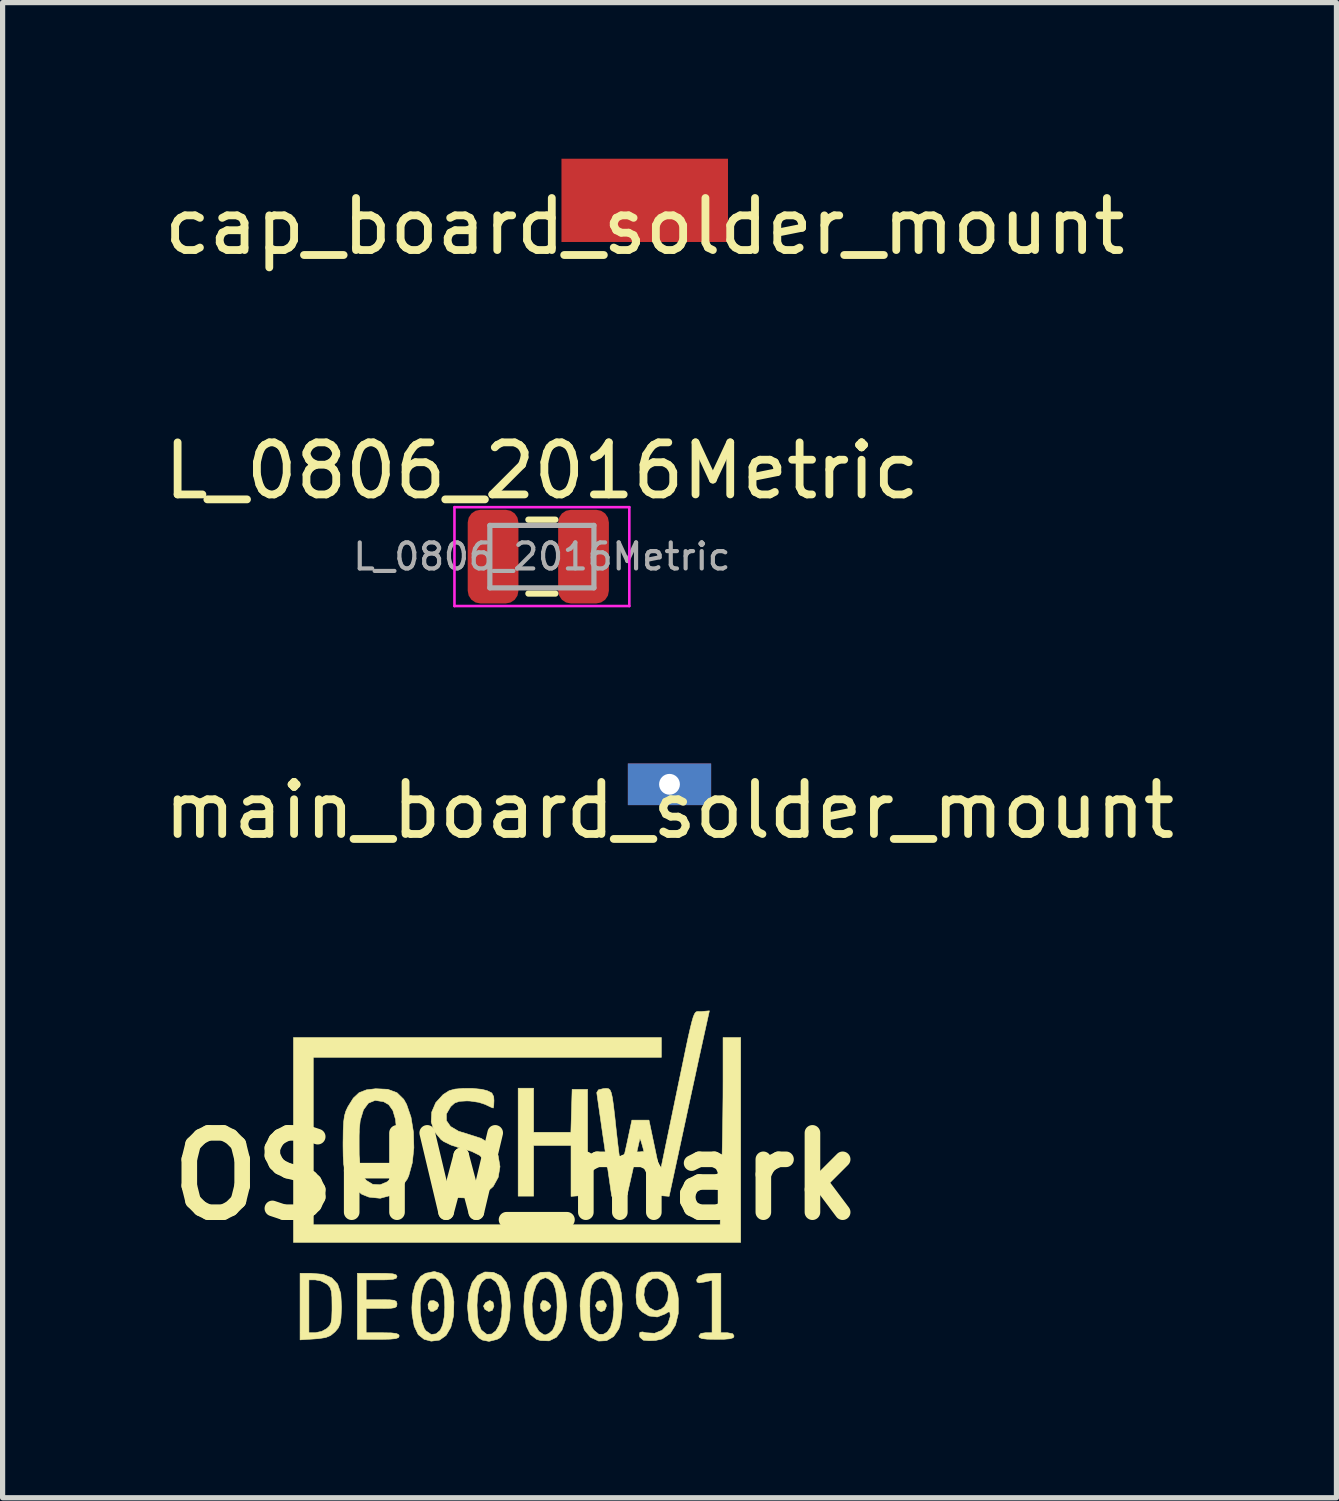
<source format=kicad_pcb>
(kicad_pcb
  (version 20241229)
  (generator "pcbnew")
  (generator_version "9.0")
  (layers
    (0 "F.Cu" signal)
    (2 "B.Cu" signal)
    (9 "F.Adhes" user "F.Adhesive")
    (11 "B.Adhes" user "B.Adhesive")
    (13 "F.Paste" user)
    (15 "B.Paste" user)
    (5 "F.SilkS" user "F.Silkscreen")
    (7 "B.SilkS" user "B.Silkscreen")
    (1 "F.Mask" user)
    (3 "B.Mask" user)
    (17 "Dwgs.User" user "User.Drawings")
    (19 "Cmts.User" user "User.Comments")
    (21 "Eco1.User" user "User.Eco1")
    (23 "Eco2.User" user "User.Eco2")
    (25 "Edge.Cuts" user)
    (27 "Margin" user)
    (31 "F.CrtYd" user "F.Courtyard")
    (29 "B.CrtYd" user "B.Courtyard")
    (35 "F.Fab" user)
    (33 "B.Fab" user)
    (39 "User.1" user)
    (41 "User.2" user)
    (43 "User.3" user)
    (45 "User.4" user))
  (footprint "cap_board_solder_mount"
    (layer "F.Cu")
    (at 9.339 0.8)
    (property "Reference" "cap_board_solder_mount" (at 0 0.5 0) (layer "F.SilkS") (effects (font (size 1 1) (thickness 0.15))))
    (attr through_hole)
    (pad "1" smd rect (at 0 0) (size 3.2 1.6) (layers "F.Cu" "F.Mask")))
  (footprint "OSHW_mark"
    (layer "F.Cu")
    (at 6.865 19.554)
    (property "Reference" "OSHW_mark" (at 0 0 0) (layer "F.SilkS") (effects (font (size 1.524 1.524) (thickness 0.3))))
    (attr through_hole)
    (fp_poly (pts (xy -0.442 2.419) (xy -0.423 2.496) (xy -0.454 2.575) (xy -0.523 2.599) (xy -0.597 2.557) (xy -0.625 2.494) (xy -0.585 2.429) (xy -0.583 2.427) (xy -0.502 2.385) (xy -0.442 2.419)) (stroke (width 0.01) (type solid)) (fill yes) (layer "F.SilkS"))
    (fp_poly (pts (xy 1.732 2.455) (xy 1.736 2.496) (xy 1.705 2.574) (xy 1.636 2.601) (xy 1.571 2.571) (xy 1.526 2.487) (xy 1.556 2.417) (xy 1.591 2.396) (xy 1.684 2.39) (xy 1.732 2.455)) (stroke (width 0.01) (type solid)) (fill yes) (layer "F.SilkS"))
    (fp_poly (pts (xy -1.509 2.424) (xy -1.482 2.476) (xy -1.516 2.552) (xy -1.591 2.596) (xy -1.64 2.594) (xy -1.684 2.542) (xy -1.69 2.459) (xy -1.658 2.396) (xy -1.655 2.394) (xy -1.581 2.387) (xy -1.509 2.424)) (stroke (width 0.01) (type solid)) (fill yes) (layer "F.SilkS"))
    (fp_poly (pts (xy 0.574 2.393) (xy 0.627 2.429) (xy 0.672 2.489) (xy 0.652 2.538) (xy 0.633 2.556) (xy 0.559 2.596) (xy 0.519 2.595) (xy 0.474 2.541) (xy 0.47 2.458) (xy 0.508 2.392) (xy 0.512 2.389) (xy 0.574 2.393)) (stroke (width 0.01) (type solid)) (fill yes) (layer "F.SilkS"))
    (fp_poly (pts (xy 0.339 -0.847) (xy 1.055 -0.847) (xy 1.079 -1.672) (xy 1.376 -1.672) (xy 1.376 0.36) (xy 1.217 0.373) (xy 1.058 0.386) (xy 1.058 -0.593) (xy 0.339 -0.593) (xy 0.339 0.381) (xy 0.042 0.381) (xy 0.042 -1.693) (xy 0.339 -1.693) (xy 0.339 -0.847)) (stroke (width 0.01) (type solid)) (fill yes) (layer "F.SilkS"))
    (fp_poly (pts (xy 2.794 -2.286) (xy -3.895 -2.286) (xy -3.895 0.931) (xy 3.923 0.931) (xy 3.951 -0.028) (xy 3.96 -0.376) (xy 3.968 -0.762) (xy 3.974 -1.154) (xy 3.978 -1.523) (xy 3.979 -1.827) (xy 3.979 -2.667) (xy 4.318 -2.667) (xy 4.318 1.27) (xy -4.276 1.27) (xy -4.276 -2.667) (xy 2.794 -2.667) (xy 2.794 -2.286)) (stroke (width 0.01) (type solid)) (fill yes) (layer "F.SilkS"))
    (fp_poly (pts (xy 3.937 3.006) (xy 4.064 3.006) (xy 4.165 3.025) (xy 4.191 3.069) (xy 4.175 3.102) (xy 4.117 3.121) (xy 4.002 3.131) (xy 3.852 3.133) (xy 3.679 3.13) (xy 3.574 3.119) (xy 3.524 3.097) (xy 3.514 3.069) (xy 3.552 3.019) (xy 3.641 3.006) (xy 3.768 3.006) (xy 3.768 1.999) (xy 3.619 2.032) (xy 3.52 2.048) (xy 3.479 2.031) (xy 3.471 1.99) (xy 3.511 1.919) (xy 3.628 1.876) (xy 3.799 1.863) (xy 3.937 1.863) (xy 3.937 3.006)) (stroke (width 0.01) (type solid)) (fill yes) (layer "F.SilkS"))
    (fp_poly (pts (xy -2.481 1.865) (xy -2.365 1.874) (xy -2.305 1.892) (xy -2.286 1.922) (xy -2.286 1.926) (xy -2.303 1.961) (xy -2.366 1.98) (xy -2.49 1.989) (xy -2.582 1.99) (xy -2.879 1.99) (xy -2.879 2.371) (xy -2.582 2.371) (xy -2.427 2.373) (xy -2.337 2.383) (xy -2.297 2.407) (xy -2.286 2.449) (xy -2.286 2.455) (xy -2.294 2.5) (xy -2.33 2.525) (xy -2.412 2.537) (xy -2.559 2.54) (xy -2.582 2.54) (xy -2.879 2.54) (xy -2.879 3.006) (xy -2.561 3.006) (xy -2.394 3.009) (xy -2.295 3.021) (xy -2.251 3.045) (xy -2.244 3.069) (xy -2.258 3.099) (xy -2.311 3.119) (xy -2.416 3.129) (xy -2.588 3.133) (xy -2.646 3.133) (xy -3.048 3.133) (xy -3.048 1.863) (xy -2.667 1.863) (xy -2.481 1.865)) (stroke (width 0.01) (type solid)) (fill yes) (layer "F.SilkS"))
    (fp_poly (pts (xy -3.708 1.883) (xy -3.539 1.951) (xy -3.427 2.071) (xy -3.367 2.252) (xy -3.352 2.5) (xy -3.353 2.55) (xy -3.363 2.723) (xy -3.381 2.836) (xy -3.415 2.914) (xy -3.471 2.982) (xy -3.481 2.992) (xy -3.562 3.059) (xy -3.655 3.098) (xy -3.791 3.119) (xy -3.872 3.125) (xy -4.149 3.143) (xy -4.149 1.99) (xy -3.979 1.99) (xy -3.979 3.006) (xy -3.857 3.006) (xy -3.732 2.979) (xy -3.635 2.925) (xy -3.585 2.876) (xy -3.555 2.816) (xy -3.54 2.722) (xy -3.535 2.574) (xy -3.535 2.498) (xy -3.537 2.323) (xy -3.548 2.211) (xy -3.571 2.14) (xy -3.613 2.089) (xy -3.635 2.071) (xy -3.75 2.01) (xy -3.857 1.99) (xy -3.979 1.99) (xy -4.149 1.99) (xy -4.149 1.863) (xy -3.94 1.863) (xy -3.708 1.883)) (stroke (width 0.01) (type solid)) (fill yes) (layer "F.SilkS"))
    (fp_poly (pts (xy -1.423 1.872) (xy -1.309 1.986) (xy -1.231 2.167) (xy -1.193 2.409) (xy -1.193 2.41) (xy -1.2 2.683) (xy -1.251 2.9) (xy -1.343 3.057) (xy -1.47 3.148) (xy -1.629 3.168) (xy -1.765 3.132) (xy -1.879 3.041) (xy -1.956 2.878) (xy -1.996 2.648) (xy -2.001 2.522) (xy -1.995 2.43) (xy -1.841 2.43) (xy -1.838 2.622) (xy -1.811 2.797) (xy -1.759 2.931) (xy -1.729 2.97) (xy -1.629 3.039) (xy -1.536 3.027) (xy -1.456 2.959) (xy -1.409 2.859) (xy -1.379 2.703) (xy -1.368 2.518) (xy -1.375 2.329) (xy -1.401 2.165) (xy -1.445 2.051) (xy -1.456 2.036) (xy -1.549 1.961) (xy -1.637 1.96) (xy -1.71 2.003) (xy -1.777 2.096) (xy -1.821 2.247) (xy -1.841 2.43) (xy -1.995 2.43) (xy -1.983 2.253) (xy -1.927 2.054) (xy -1.831 1.921) (xy -1.737 1.863) (xy -1.568 1.829) (xy -1.423 1.872)) (stroke (width 0.01) (type solid)) (fill yes) (layer "F.SilkS"))
    (fp_poly (pts (xy -0.433 1.845) (xy -0.286 1.914) (xy -0.185 2.039) (xy -0.127 2.226) (xy -0.108 2.483) (xy -0.108 2.498) (xy -0.13 2.771) (xy -0.193 2.97) (xy -0.296 3.097) (xy -0.365 3.134) (xy -0.518 3.172) (xy -0.644 3.147) (xy -0.715 3.106) (xy -0.832 2.974) (xy -0.905 2.774) (xy -0.931 2.514) (xy -0.931 2.498) (xy -0.93 2.478) (xy -0.749 2.478) (xy -0.741 2.666) (xy -0.716 2.83) (xy -0.672 2.944) (xy -0.66 2.959) (xy -0.562 3.036) (xy -0.468 3.031) (xy -0.387 2.969) (xy -0.319 2.852) (xy -0.278 2.681) (xy -0.266 2.486) (xy -0.282 2.291) (xy -0.325 2.126) (xy -0.387 2.026) (xy -0.487 1.957) (xy -0.58 1.968) (xy -0.66 2.036) (xy -0.708 2.136) (xy -0.738 2.292) (xy -0.749 2.478) (xy -0.93 2.478) (xy -0.908 2.24) (xy -0.842 2.04) (xy -0.737 1.905) (xy -0.598 1.838) (xy -0.433 1.845)) (stroke (width 0.01) (type solid)) (fill yes) (layer "F.SilkS"))
    (fp_poly (pts (xy 0.783 1.907) (xy 0.887 2.045) (xy 0.952 2.247) (xy 0.974 2.498) (xy 0.95 2.756) (xy 0.883 2.956) (xy 0.777 3.093) (xy 0.637 3.162) (xy 0.468 3.156) (xy 0.394 3.132) (xy 0.277 3.04) (xy 0.197 2.874) (xy 0.156 2.638) (xy 0.151 2.498) (xy 0.154 2.447) (xy 0.308 2.447) (xy 0.316 2.663) (xy 0.321 2.694) (xy 0.366 2.857) (xy 0.441 2.98) (xy 0.533 3.043) (xy 0.565 3.048) (xy 0.633 3.019) (xy 0.703 2.959) (xy 0.75 2.859) (xy 0.78 2.703) (xy 0.791 2.518) (xy 0.784 2.329) (xy 0.758 2.165) (xy 0.714 2.051) (xy 0.703 2.036) (xy 0.625 1.971) (xy 0.565 1.947) (xy 0.467 1.986) (xy 0.388 2.093) (xy 0.333 2.252) (xy 0.308 2.447) (xy 0.154 2.447) (xy 0.168 2.237) (xy 0.224 2.046) (xy 0.323 1.919) (xy 0.467 1.847) (xy 0.475 1.845) (xy 0.644 1.839) (xy 0.783 1.907)) (stroke (width 0.01) (type solid)) (fill yes) (layer "F.SilkS"))
    (fp_poly (pts (xy 1.831 1.891) (xy 1.946 2.007) (xy 1.979 2.071) (xy 2.023 2.24) (xy 2.041 2.454) (xy 2.032 2.675) (xy 1.998 2.868) (xy 1.976 2.932) (xy 1.877 3.078) (xy 1.742 3.158) (xy 1.589 3.166) (xy 1.436 3.097) (xy 1.427 3.09) (xy 1.314 2.952) (xy 1.249 2.753) (xy 1.233 2.498) (xy 1.418 2.498) (xy 1.421 2.689) (xy 1.434 2.816) (xy 1.458 2.899) (xy 1.499 2.959) (xy 1.591 3.035) (xy 1.679 3.035) (xy 1.753 2.993) (xy 1.818 2.901) (xy 1.862 2.749) (xy 1.882 2.561) (xy 1.874 2.36) (xy 1.863 2.287) (xy 1.81 2.102) (xy 1.736 1.989) (xy 1.645 1.951) (xy 1.544 1.994) (xy 1.499 2.036) (xy 1.458 2.096) (xy 1.434 2.18) (xy 1.421 2.307) (xy 1.418 2.498) (xy 1.233 2.498) (xy 1.232 2.488) (xy 1.235 2.41) (xy 1.271 2.164) (xy 1.348 1.988) (xy 1.47 1.875) (xy 1.535 1.845) (xy 1.686 1.833) (xy 1.831 1.891)) (stroke (width 0.01) (type solid)) (fill yes) (layer "F.SilkS"))
    (fp_poly (pts (xy 2.938 1.911) (xy 3.045 2.054) (xy 3.109 2.268) (xy 3.12 2.359) (xy 3.119 2.635) (xy 3.065 2.859) (xy 2.961 3.024) (xy 2.81 3.125) (xy 2.682 3.154) (xy 2.555 3.159) (xy 2.456 3.15) (xy 2.445 3.148) (xy 2.382 3.093) (xy 2.371 3.048) (xy 2.382 2.997) (xy 2.433 2.99) (xy 2.501 3.006) (xy 2.664 3.016) (xy 2.809 2.958) (xy 2.915 2.848) (xy 2.963 2.699) (xy 2.963 2.676) (xy 2.958 2.609) (xy 2.925 2.607) (xy 2.869 2.643) (xy 2.716 2.703) (xy 2.555 2.684) (xy 2.426 2.607) (xy 2.355 2.534) (xy 2.32 2.453) (xy 2.308 2.332) (xy 2.307 2.283) (xy 2.458 2.283) (xy 2.491 2.417) (xy 2.563 2.523) (xy 2.667 2.579) (xy 2.703 2.582) (xy 2.79 2.553) (xy 2.855 2.5) (xy 2.917 2.38) (xy 2.929 2.234) (xy 2.893 2.097) (xy 2.836 2.023) (xy 2.722 1.957) (xy 2.624 1.967) (xy 2.54 2.032) (xy 2.472 2.147) (xy 2.458 2.283) (xy 2.307 2.283) (xy 2.307 2.273) (xy 2.329 2.073) (xy 2.4 1.938) (xy 2.525 1.859) (xy 2.599 1.84) (xy 2.788 1.838) (xy 2.938 1.911)) (stroke (width 0.01) (type solid)) (fill yes) (layer "F.SilkS"))
    (fp_poly (pts (xy -2.463 -1.672) (xy -2.287 -1.607) (xy -2.157 -1.48) (xy -2.102 -1.383) (xy -2.017 -1.136) (xy -1.97 -0.848) (xy -1.962 -0.547) (xy -1.992 -0.26) (xy -2.06 -0.012) (xy -2.088 0.051) (xy -2.226 0.242) (xy -2.405 0.367) (xy -2.609 0.422) (xy -2.825 0.4) (xy -2.964 0.344) (xy -3.107 0.225) (xy -3.217 0.059) (xy -3.263 -0.037) (xy -3.293 -0.129) (xy -3.311 -0.237) (xy -3.32 -0.383) (xy -3.323 -0.586) (xy -3.323 -0.655) (xy -3.322 -0.699) (xy -3.023 -0.699) (xy -3.019 -0.423) (xy -3 -0.216) (xy -2.962 -0.065) (xy -2.903 0.045) (xy -2.874 0.08) (xy -2.753 0.154) (xy -2.611 0.162) (xy -2.474 0.105) (xy -2.397 0.029) (xy -2.356 -0.038) (xy -2.328 -0.123) (xy -2.31 -0.245) (xy -2.298 -0.421) (xy -2.292 -0.555) (xy -2.292 -0.863) (xy -2.316 -1.097) (xy -2.366 -1.266) (xy -2.445 -1.377) (xy -2.544 -1.434) (xy -2.707 -1.459) (xy -2.835 -1.407) (xy -2.931 -1.277) (xy -2.993 -1.071) (xy -3.021 -0.787) (xy -3.023 -0.699) (xy -3.322 -0.699) (xy -3.32 -0.883) (xy -3.312 -1.045) (xy -3.296 -1.162) (xy -3.269 -1.254) (xy -3.232 -1.333) (xy -3.126 -1.503) (xy -3.015 -1.607) (xy -2.873 -1.662) (xy -2.696 -1.683) (xy -2.463 -1.672)) (stroke (width 0.01) (type solid)) (fill yes) (layer "F.SilkS"))
    (fp_poly (pts (xy -0.829 -1.689) (xy -0.66 -1.672) (xy -0.557 -1.647) (xy -0.464 -1.601) (xy -0.428 -1.531) (xy -0.423 -1.456) (xy -0.427 -1.36) (xy -0.436 -1.313) (xy -0.438 -1.312) (xy -0.482 -1.329) (xy -0.57 -1.371) (xy -0.59 -1.381) (xy -0.716 -1.422) (xy -0.876 -1.446) (xy -0.943 -1.449) (xy -1.085 -1.441) (xy -1.176 -1.41) (xy -1.251 -1.343) (xy -1.257 -1.336) (xy -1.337 -1.198) (xy -1.336 -1.07) (xy -1.258 -0.958) (xy -1.105 -0.867) (xy -0.923 -0.811) (xy -0.666 -0.728) (xy -0.482 -0.61) (xy -0.365 -0.453) (xy -0.343 -0.399) (xy -0.307 -0.186) (xy -0.341 0.018) (xy -0.437 0.194) (xy -0.585 0.325) (xy -0.712 0.38) (xy -0.957 0.416) (xy -1.226 0.406) (xy -1.418 0.366) (xy -1.527 0.325) (xy -1.579 0.272) (xy -1.599 0.177) (xy -1.601 0.158) (xy -1.605 0.056) (xy -1.598 0.003) (xy -1.595 0) (xy -1.548 0.016) (xy -1.452 0.057) (xy -1.391 0.084) (xy -1.179 0.153) (xy -0.975 0.169) (xy -0.802 0.133) (xy -0.697 0.065) (xy -0.609 -0.078) (xy -0.599 -0.243) (xy -0.619 -0.316) (xy -0.695 -0.401) (xy -0.854 -0.48) (xy -1.093 -0.549) (xy -1.247 -0.6) (xy -1.387 -0.668) (xy -1.439 -0.705) (xy -1.57 -0.863) (xy -1.629 -1.045) (xy -1.619 -1.235) (xy -1.542 -1.415) (xy -1.401 -1.57) (xy -1.283 -1.646) (xy -1.173 -1.676) (xy -1.011 -1.69) (xy -0.829 -1.689)) (stroke (width 0.01) (type solid)) (fill yes) (layer "F.SilkS"))
    (fp_poly (pts (xy 3.639 -2.828) (xy 3.611 -2.701) (xy 3.568 -2.505) (xy 3.512 -2.251) (xy 3.448 -1.953) (xy 3.376 -1.623) (xy 3.301 -1.274) (xy 3.252 -1.046) (xy 2.943 0.385) (xy 2.647 0.36) (xy 2.52 -0.212) (xy 2.474 -0.412) (xy 2.434 -0.572) (xy 2.402 -0.68) (xy 2.383 -0.723) (xy 2.38 -0.72) (xy 2.365 -0.655) (xy 2.336 -0.527) (xy 2.297 -0.353) (xy 2.251 -0.152) (xy 2.251 -0.148) (xy 2.136 0.36) (xy 1.988 0.372) (xy 1.84 0.385) (xy 1.7 -0.58) (xy 1.659 -0.859) (xy 1.623 -1.112) (xy 1.592 -1.326) (xy 1.569 -1.488) (xy 1.555 -1.587) (xy 1.552 -1.609) (xy 1.585 -1.662) (xy 1.679 -1.685) (xy 1.733 -1.69) (xy 1.775 -1.685) (xy 1.806 -1.661) (xy 1.831 -1.606) (xy 1.853 -1.509) (xy 1.874 -1.36) (xy 1.899 -1.149) (xy 1.929 -0.865) (xy 1.93 -0.858) (xy 1.956 -0.629) (xy 1.98 -0.435) (xy 2.001 -0.289) (xy 2.016 -0.204) (xy 2.023 -0.188) (xy 2.038 -0.234) (xy 2.067 -0.346) (xy 2.103 -0.504) (xy 2.134 -0.643) (xy 2.227 -1.079) (xy 2.556 -1.079) (xy 2.662 -0.574) (xy 2.768 -0.069) (xy 3.035 -1.357) (xy 3.125 -1.792) (xy 3.2 -2.151) (xy 3.26 -2.442) (xy 3.309 -2.672) (xy 3.349 -2.847) (xy 3.381 -2.976) (xy 3.407 -3.065) (xy 3.431 -3.122) (xy 3.453 -3.153) (xy 3.477 -3.166) (xy 3.504 -3.168) (xy 3.536 -3.166) (xy 3.565 -3.167) (xy 3.717 -3.18) (xy 3.639 -2.828)) (stroke (width 0.01) (type solid)) (fill yes) (layer "F.SilkS")))
  (footprint "L_0806_2016Metric"
    (layer "F.Cu")
    (at 7.363 7.646)
    (property "Reference" "L_0806_2016Metric" (at 0 -1.65 0) (layer "F.SilkS") (effects (font (size 1 1) (thickness 0.15))))
    (attr smd)
    (fp_line (start -0.259 -0.71) (end 0.259 -0.71) (stroke (width 0.12) (type solid)) (layer "F.SilkS"))
    (fp_line (start -0.259 0.71) (end 0.259 0.71) (stroke (width 0.12) (type solid)) (layer "F.SilkS"))
    (fp_line (start -1.68 -0.95) (end 1.68 -0.95) (stroke (width 0.05) (type solid)) (layer "F.CrtYd"))
    (fp_line (start -1.68 0.95) (end -1.68 -0.95) (stroke (width 0.05) (type solid)) (layer "F.CrtYd"))
    (fp_line (start 1.68 -0.95) (end 1.68 0.95) (stroke (width 0.05) (type solid)) (layer "F.CrtYd"))
    (fp_line (start 1.68 0.95) (end -1.68 0.95) (stroke (width 0.05) (type solid)) (layer "F.CrtYd"))
    (fp_line (start -1 -0.6) (end 1 -0.6) (stroke (width 0.1) (type solid)) (layer "F.Fab"))
    (fp_line (start -1 0.6) (end -1 -0.6) (stroke (width 0.1) (type solid)) (layer "F.Fab"))
    (fp_line (start 1 -0.6) (end 1 0.6) (stroke (width 0.1) (type solid)) (layer "F.Fab"))
    (fp_line (start 1 0.6) (end -1 0.6) (stroke (width 0.1) (type solid)) (layer "F.Fab"))
    (fp_text user "${REFERENCE}" (at 0 0 0) (layer "F.Fab") (effects (font (size 0.5 0.5) (thickness 0.08))))
    (pad "1" smd roundrect (at -0.938 0) (size 0.975 1.8) (layers "F.Cu" "F.Mask" "F.Paste") (roundrect_rratio 0.25))
    (pad "2" smd roundrect (at 0.8 0) (size 0.975 1.8) (layers "F.Cu" "F.Mask" "F.Paste") (roundrect_rratio 0.25)))
  (footprint "main_board_solder_mount"
    (layer "F.Cu")
    (at 9.815 12.021)
    (property "Reference" "main_board_solder_mount" (at 0 0.5 0) (layer "F.SilkS") (effects (font (size 1 1) (thickness 0.15))))
    (attr through_hole)
    (pad "1" thru_hole rect (at 0 0) (size 1.6 0.8) (drill 0.4) (layers "*.Cu" "*.Mask")))
  (gr_rect
    (start -3 -3)
    (end 22.631 25.731)
    (stroke (width 0.1) (type default))
    (fill no)
    (layer "Edge.Cuts")))
</source>
